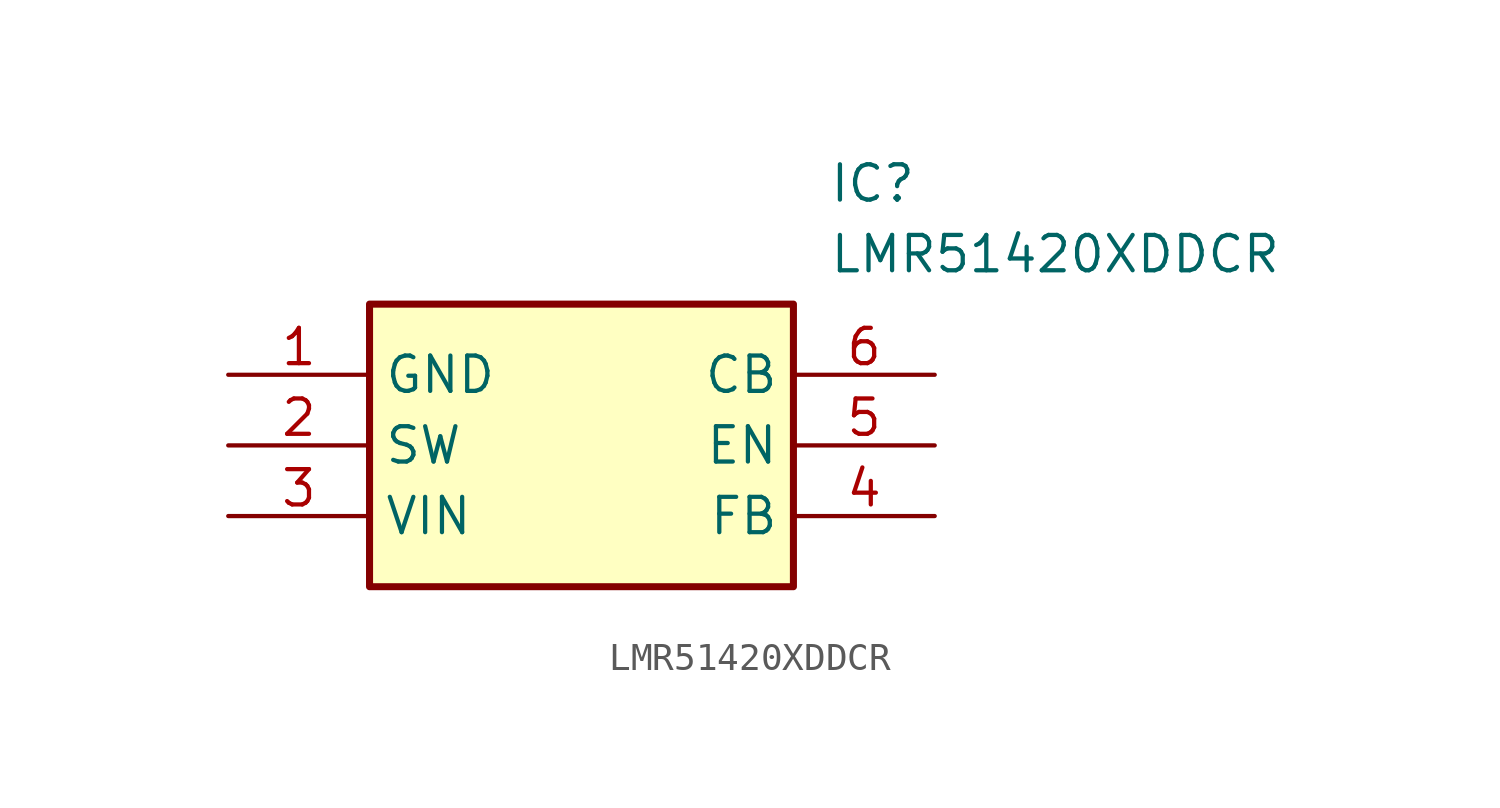
<source format=kicad_sym>
(kicad_symbol_lib
  (version 20211014)
  (generator SamacSys_ECAD_Model)
  (symbol "LMR51420XDDCR"
    (property "Reference" "IC"
      (at 21.59 7.62 0)
      (effects (font (size 1.27 1.27)) (justify left top)))
    (property "Value" "LMR51420XDDCR"
      (at 21.59 5.08 0)
      (effects (font (size 1.27 1.27)) (justify left top)))
    (rectangle
      (start 5.08 2.54)
      (end 20.32 -7.62)
      (stroke (width 0.254) (type default))
      (fill (type background)))
    (pin passive line
      (at 0 0 0)
      (length 5.08)
      (name "GND" (effects (font (size 1.27 1.27))))
      (number "1" (effects (font (size 1.27 1.27)))))
    (pin passive line
      (at 0 -2.54 0)
      (length 5.08)
      (name "SW" (effects (font (size 1.27 1.27))))
      (number "2" (effects (font (size 1.27 1.27)))))
    (pin passive line
      (at 0 -5.08 0)
      (length 5.08)
      (name "VIN" (effects (font (size 1.27 1.27))))
      (number "3" (effects (font (size 1.27 1.27)))))
    (pin passive line
      (at 25.4 0 180)
      (length 5.08)
      (name "CB" (effects (font (size 1.27 1.27))))
      (number "6" (effects (font (size 1.27 1.27)))))
    (pin passive line
      (at 25.4 -2.54 180)
      (length 5.08)
      (name "EN" (effects (font (size 1.27 1.27))))
      (number "5" (effects (font (size 1.27 1.27)))))
    (pin passive line
      (at 25.4 -5.08 180)
      (length 5.08)
      (name "FB" (effects (font (size 1.27 1.27))))
      (number "4" (effects (font (size 1.27 1.27)))))))
</source>
